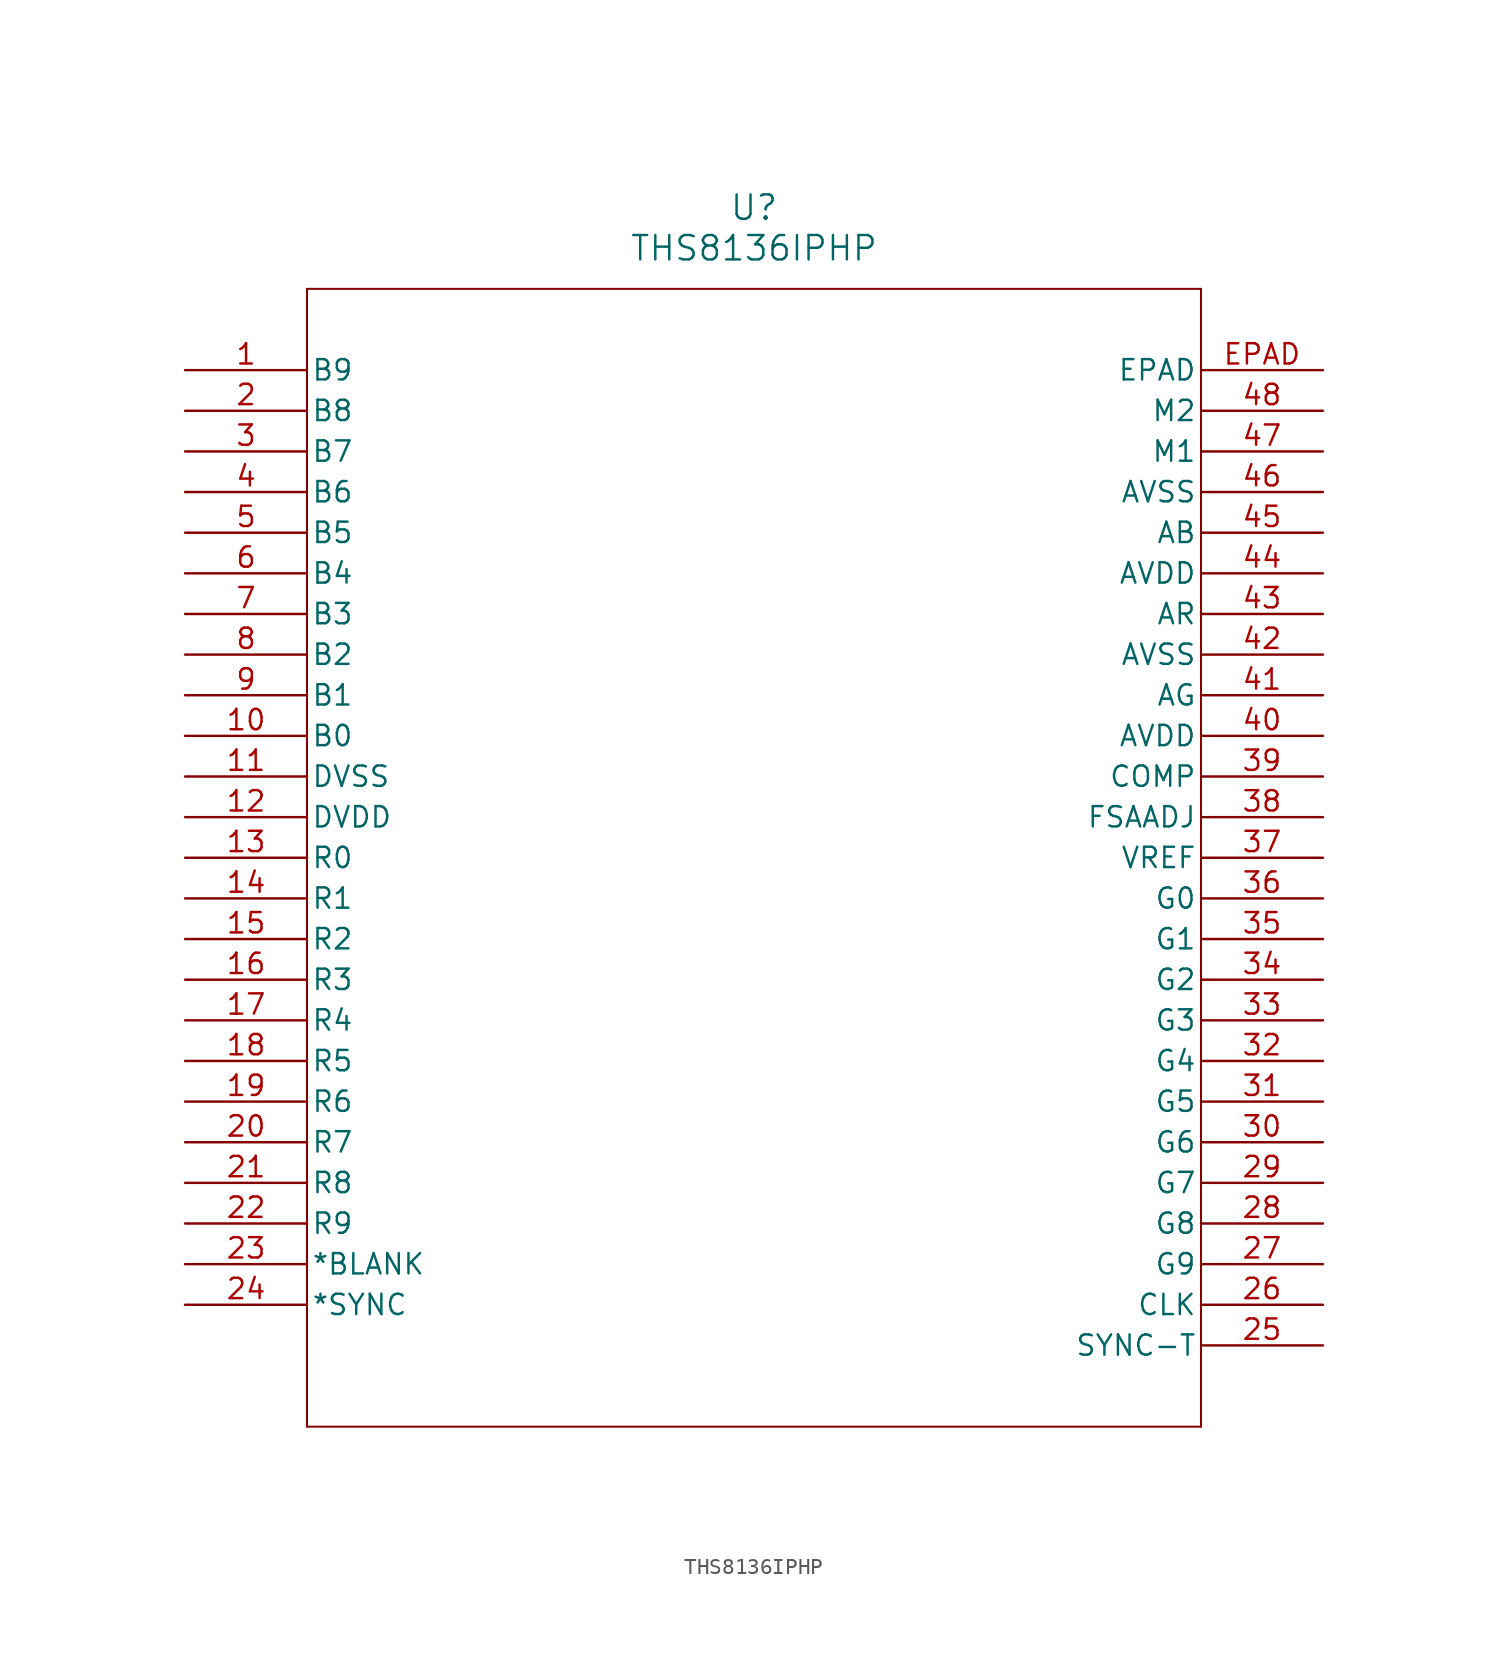
<source format=kicad_sym>
(kicad_symbol_lib
  (version 20211014)
  (generator kicad_symbol_editor)
  (symbol "THS8136IPHP"
    (pin_names
      (offset 0.254))
    (property "Reference" "U"
      (at 35.56 10.16 0)
      (effects (font (size 1.524 1.524))))
    (property "Value" "THS8136IPHP"
      (at 35.56 7.62 0)
      (effects (font (size 1.524 1.524))))
    (symbol "THS8136IPHP_0_1"
      (polyline (pts (xy 7.62 5.08) (xy 7.62 -66.04)) (stroke (width 0.127) (type default) (color 0 0 0 0)) (fill (type none)))
      (polyline (pts (xy 7.62 -66.04) (xy 63.5 -66.04)) (stroke (width 0.127) (type default) (color 0 0 0 0)) (fill (type none)))
      (polyline (pts (xy 63.5 -66.04) (xy 63.5 5.08)) (stroke (width 0.127) (type default) (color 0 0 0 0)) (fill (type none)))
      (polyline (pts (xy 63.5 5.08) (xy 7.62 5.08)) (stroke (width 0.127) (type default) (color 0 0 0 0)) (fill (type none)))
      (pin input line (at 0 0 0) (length 7.62) (name "B9" (effects (font (size 1.27 1.27)))) (number "1" (effects (font (size 1.27 1.27)))))
      (pin input line (at 0 -2.54 0) (length 7.62) (name "B8" (effects (font (size 1.27 1.27)))) (number "2" (effects (font (size 1.27 1.27)))))
      (pin input line (at 0 -5.08 0) (length 7.62) (name "B7" (effects (font (size 1.27 1.27)))) (number "3" (effects (font (size 1.27 1.27)))))
      (pin input line (at 0 -7.62 0) (length 7.62) (name "B6" (effects (font (size 1.27 1.27)))) (number "4" (effects (font (size 1.27 1.27)))))
      (pin input line (at 0 -10.16 0) (length 7.62) (name "B5" (effects (font (size 1.27 1.27)))) (number "5" (effects (font (size 1.27 1.27)))))
      (pin input line (at 0 -12.7 0) (length 7.62) (name "B4" (effects (font (size 1.27 1.27)))) (number "6" (effects (font (size 1.27 1.27)))))
      (pin input line (at 0 -15.24 0) (length 7.62) (name "B3" (effects (font (size 1.27 1.27)))) (number "7" (effects (font (size 1.27 1.27)))))
      (pin input line (at 0 -17.78 0) (length 7.62) (name "B2" (effects (font (size 1.27 1.27)))) (number "8" (effects (font (size 1.27 1.27)))))
      (pin input line (at 0 -20.32 0) (length 7.62) (name "B1" (effects (font (size 1.27 1.27)))) (number "9" (effects (font (size 1.27 1.27)))))
      (pin input line (at 0 -22.86 0) (length 7.62) (name "B0" (effects (font (size 1.27 1.27)))) (number "10" (effects (font (size 1.27 1.27)))))
      (pin power_in line (at 0 -25.4 0) (length 7.62) (name "DVSS" (effects (font (size 1.27 1.27)))) (number "11" (effects (font (size 1.27 1.27)))))
      (pin power_in line (at 0 -27.94 0) (length 7.62) (name "DVDD" (effects (font (size 1.27 1.27)))) (number "12" (effects (font (size 1.27 1.27)))))
      (pin input line (at 0 -30.48 0) (length 7.62) (name "R0" (effects (font (size 1.27 1.27)))) (number "13" (effects (font (size 1.27 1.27)))))
      (pin input line (at 0 -33.02 0) (length 7.62) (name "R1" (effects (font (size 1.27 1.27)))) (number "14" (effects (font (size 1.27 1.27)))))
      (pin input line (at 0 -35.56 0) (length 7.62) (name "R2" (effects (font (size 1.27 1.27)))) (number "15" (effects (font (size 1.27 1.27)))))
      (pin input line (at 0 -38.1 0) (length 7.62) (name "R3" (effects (font (size 1.27 1.27)))) (number "16" (effects (font (size 1.27 1.27)))))
      (pin input line (at 0 -40.64 0) (length 7.62) (name "R4" (effects (font (size 1.27 1.27)))) (number "17" (effects (font (size 1.27 1.27)))))
      (pin input line (at 0 -43.18 0) (length 7.62) (name "R5" (effects (font (size 1.27 1.27)))) (number "18" (effects (font (size 1.27 1.27)))))
      (pin input line (at 0 -45.72 0) (length 7.62) (name "R6" (effects (font (size 1.27 1.27)))) (number "19" (effects (font (size 1.27 1.27)))))
      (pin input line (at 0 -48.26 0) (length 7.62) (name "R7" (effects (font (size 1.27 1.27)))) (number "20" (effects (font (size 1.27 1.27)))))
      (pin input line (at 0 -50.8 0) (length 7.62) (name "R8" (effects (font (size 1.27 1.27)))) (number "21" (effects (font (size 1.27 1.27)))))
      (pin input line (at 0 -53.34 0) (length 7.62) (name "R9" (effects (font (size 1.27 1.27)))) (number "22" (effects (font (size 1.27 1.27)))))
      (pin input line (at 0 -55.88 0) (length 7.62) (name "*BLANK" (effects (font (size 1.27 1.27)))) (number "23" (effects (font (size 1.27 1.27)))))
      (pin input line (at 0 -58.42 0) (length 7.62) (name "*SYNC" (effects (font (size 1.27 1.27)))) (number "24" (effects (font (size 1.27 1.27)))))
      (pin input line (at 71.12 -60.96 180) (length 7.62) (name "SYNC-T" (effects (font (size 1.27 1.27)))) (number "25" (effects (font (size 1.27 1.27)))))
      (pin input line (at 71.12 -58.42 180) (length 7.62) (name "CLK" (effects (font (size 1.27 1.27)))) (number "26" (effects (font (size 1.27 1.27)))))
      (pin input line (at 71.12 -55.88 180) (length 7.62) (name "G9" (effects (font (size 1.27 1.27)))) (number "27" (effects (font (size 1.27 1.27)))))
      (pin input line (at 71.12 -53.34 180) (length 7.62) (name "G8" (effects (font (size 1.27 1.27)))) (number "28" (effects (font (size 1.27 1.27)))))
      (pin input line (at 71.12 -50.8 180) (length 7.62) (name "G7" (effects (font (size 1.27 1.27)))) (number "29" (effects (font (size 1.27 1.27)))))
      (pin input line (at 71.12 -48.26 180) (length 7.62) (name "G6" (effects (font (size 1.27 1.27)))) (number "30" (effects (font (size 1.27 1.27)))))
      (pin input line (at 71.12 -45.72 180) (length 7.62) (name "G5" (effects (font (size 1.27 1.27)))) (number "31" (effects (font (size 1.27 1.27)))))
      (pin input line (at 71.12 -43.18 180) (length 7.62) (name "G4" (effects (font (size 1.27 1.27)))) (number "32" (effects (font (size 1.27 1.27)))))
      (pin input line (at 71.12 -40.64 180) (length 7.62) (name "G3" (effects (font (size 1.27 1.27)))) (number "33" (effects (font (size 1.27 1.27)))))
      (pin input line (at 71.12 -38.1 180) (length 7.62) (name "G2" (effects (font (size 1.27 1.27)))) (number "34" (effects (font (size 1.27 1.27)))))
      (pin input line (at 71.12 -35.56 180) (length 7.62) (name "G1" (effects (font (size 1.27 1.27)))) (number "35" (effects (font (size 1.27 1.27)))))
      (pin input line (at 71.12 -33.02 180) (length 7.62) (name "G0" (effects (font (size 1.27 1.27)))) (number "36" (effects (font (size 1.27 1.27)))))
      (pin output line (at 71.12 -30.48 180) (length 7.62) (name "VREF" (effects (font (size 1.27 1.27)))) (number "37" (effects (font (size 1.27 1.27)))))
      (pin input line (at 71.12 -27.94 180) (length 7.62) (name "FSAADJ" (effects (font (size 1.27 1.27)))) (number "38" (effects (font (size 1.27 1.27)))))
      (pin output line (at 71.12 -25.4 180) (length 7.62) (name "COMP" (effects (font (size 1.27 1.27)))) (number "39" (effects (font (size 1.27 1.27)))))
      (pin input line (at 71.12 -22.86 180) (length 7.62) (name "AVDD" (effects (font (size 1.27 1.27)))) (number "40" (effects (font (size 1.27 1.27)))))
      (pin output line (at 71.12 -20.32 180) (length 7.62) (name "AG" (effects (font (size 1.27 1.27)))) (number "41" (effects (font (size 1.27 1.27)))))
      (pin input line (at 71.12 -17.78 180) (length 7.62) (name "AVSS" (effects (font (size 1.27 1.27)))) (number "42" (effects (font (size 1.27 1.27)))))
      (pin output line (at 71.12 -15.24 180) (length 7.62) (name "AR" (effects (font (size 1.27 1.27)))) (number "43" (effects (font (size 1.27 1.27)))))
      (pin input line (at 71.12 -12.7 180) (length 7.62) (name "AVDD" (effects (font (size 1.27 1.27)))) (number "44" (effects (font (size 1.27 1.27)))))
      (pin output line (at 71.12 -10.16 180) (length 7.62) (name "AB" (effects (font (size 1.27 1.27)))) (number "45" (effects (font (size 1.27 1.27)))))
      (pin input line (at 71.12 -7.62 180) (length 7.62) (name "AVSS" (effects (font (size 1.27 1.27)))) (number "46" (effects (font (size 1.27 1.27)))))
      (pin input line (at 71.12 -5.08 180) (length 7.62) (name "M1" (effects (font (size 1.27 1.27)))) (number "47" (effects (font (size 1.27 1.27)))))
      (pin input line (at 71.12 -2.54 180) (length 7.62) (name "M2" (effects (font (size 1.27 1.27)))) (number "48" (effects (font (size 1.27 1.27)))))
      (pin unspecified line (at 71.12 0 180) (length 7.62) (name "EPAD" (effects (font (size 1.27 1.27)))) (number "EPAD" (effects (font (size 1.27 1.27))))))))
</source>
